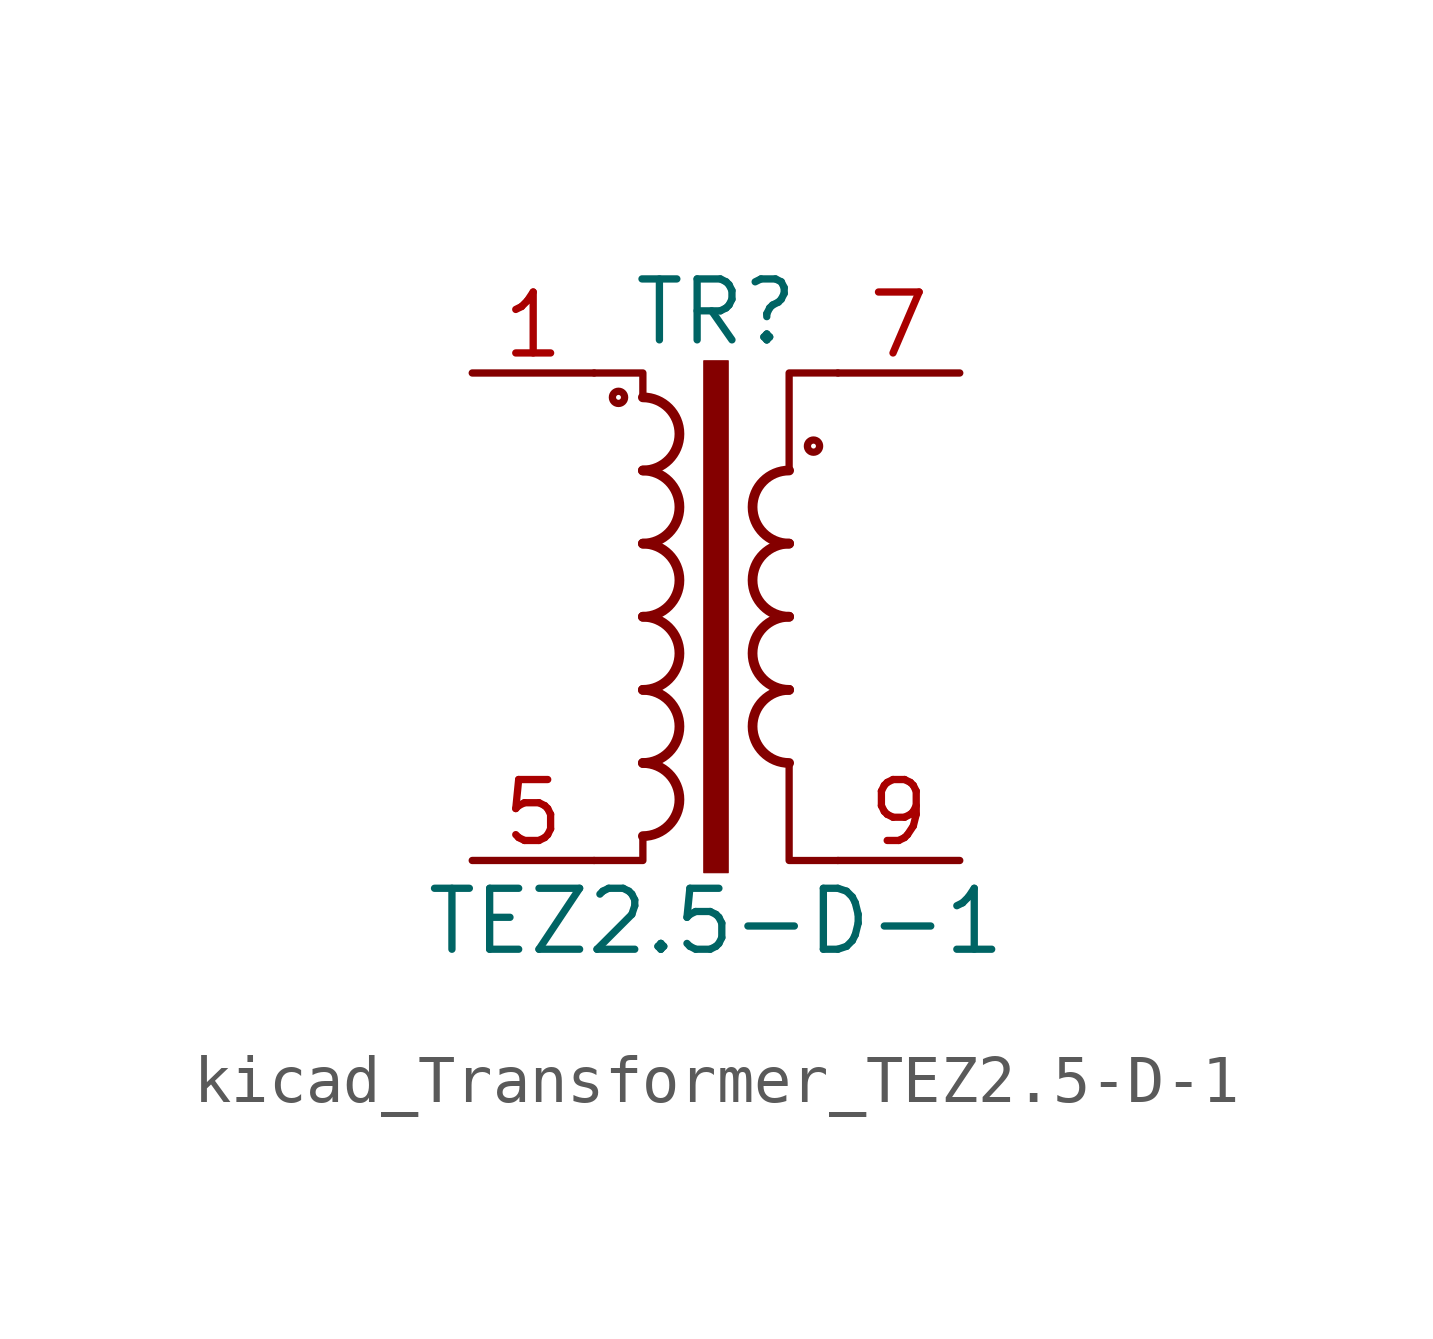
<source format=kicad_sym>
(kicad_symbol_lib
  (version 20220914)
  (generator kicad_symbol_editor)
  (symbol "kicad_Transformer_TEZ2.5-D-1"
    (pin_names
      (offset 0.025))
    (property "Reference" "TR"
      (at 0 6.35 0)
      (effects (font (size 1.27 1.27))))
    (property "Value" "TEZ2.5-D-1"
      (at 0 -6.35 0)
      (effects (font (size 1.27 1.27))))
    (symbol "kicad_Transformer_TEZ2.5-D-1_0_1"
      (circle (center -2.032 4.572) (radius 0.127) (stroke (width 0) (type default)) (fill (type none)))
      (arc (start -1.524 -4.572) (mid -0.7653 -3.81) (end -1.524 -3.048) (stroke (width 0.2032) (type default)) (fill (type none)))
      (arc (start -1.524 -3.048) (mid -0.7653 -2.286) (end -1.524 -1.524) (stroke (width 0.2032) (type default)) (fill (type none)))
      (arc (start -1.524 -1.524) (mid -0.7653 -0.762) (end -1.524 0) (stroke (width 0.2032) (type default)) (fill (type none)))
      (arc (start -1.524 0) (mid -0.7653 0.762) (end -1.524 1.524) (stroke (width 0.2032) (type default)) (fill (type none)))
      (arc (start -1.524 1.524) (mid -0.7653 2.286) (end -1.524 3.048) (stroke (width 0.2032) (type default)) (fill (type none)))
      (arc (start -1.524 3.048) (mid -0.7653 3.81) (end -1.524 4.572) (stroke (width 0.2032) (type default)) (fill (type none)))
      (rectangle (start -0.254 5.334) (end 0.254 -5.334) (stroke (width 0.025) (type default)) (fill (type outline)))
      (polyline (pts (xy -1.524 -4.572) (xy -1.524 -5.08) (xy -2.54 -5.08)) (stroke (width 0) (type default)) (fill (type none)))
      (polyline (pts (xy -1.524 4.572) (xy -1.524 5.08) (xy -2.54 5.08)) (stroke (width 0) (type default)) (fill (type none)))
      (polyline (pts (xy 1.524 3.048) (xy 1.524 5.08) (xy 2.54 5.08) (xy 2.54 5.08)) (stroke (width 0.152) (type default)) (fill (type none)))
      (polyline (pts (xy 2.54 -5.08) (xy 1.524 -5.08) (xy 1.524 -3.048) (xy 1.524 -3.048)) (stroke (width 0.152) (type default)) (fill (type none)))
      (arc (start 1.524 -1.524) (mid 0.7653 -2.286) (end 1.524 -3.048) (stroke (width 0.2032) (type default)) (fill (type none)))
      (arc (start 1.524 0) (mid 0.7653 -0.762) (end 1.524 -1.524) (stroke (width 0.2032) (type default)) (fill (type none)))
      (arc (start 1.524 1.524) (mid 0.7653 0.762) (end 1.524 0) (stroke (width 0.2032) (type default)) (fill (type none)))
      (arc (start 1.524 3.048) (mid 0.7653 2.286) (end 1.524 1.524) (stroke (width 0.2032) (type default)) (fill (type none)))
      (circle (center 2.032 3.556) (radius 0.127) (stroke (width 0) (type default)) (fill (type none))))
    (symbol "kicad_Transformer_TEZ2.5-D-1_1_1"
      (pin passive line (at -5.08 5.08 0) (length 2.54) (name "~" (effects (font (size 1.27 1.27)))) (number "1" (effects (font (size 1.27 1.27)))))
      (pin passive line (at -5.08 -5.08 0) (length 2.54) (name "~" (effects (font (size 1.27 1.27)))) (number "5" (effects (font (size 1.27 1.27)))))
      (pin passive line (at 5.08 5.08 180) (length 2.54) (name "~" (effects (font (size 1.27 1.27)))) (number "7" (effects (font (size 1.27 1.27)))))
      (pin passive line (at 5.08 -5.08 180) (length 2.54) (name "~" (effects (font (size 1.27 1.27)))) (number "9" (effects (font (size 1.27 1.27))))))))
</source>
